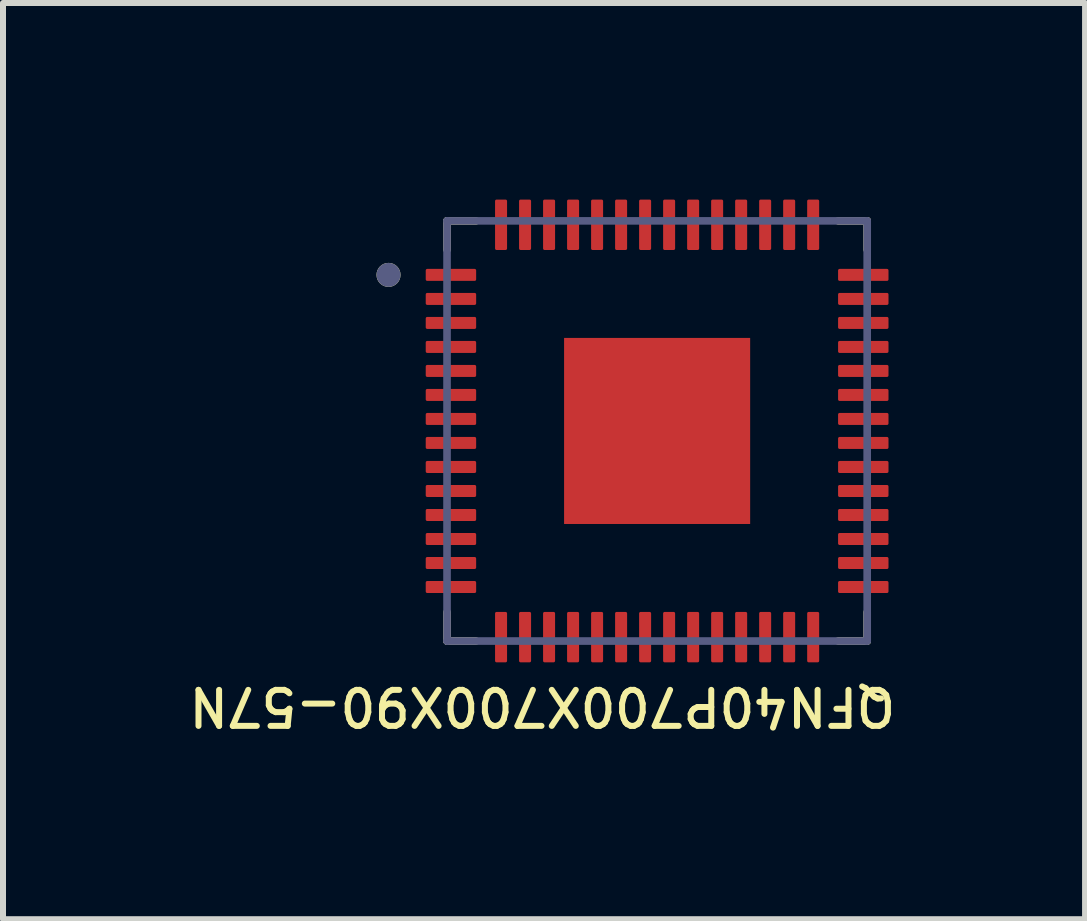
<source format=kicad_pcb>
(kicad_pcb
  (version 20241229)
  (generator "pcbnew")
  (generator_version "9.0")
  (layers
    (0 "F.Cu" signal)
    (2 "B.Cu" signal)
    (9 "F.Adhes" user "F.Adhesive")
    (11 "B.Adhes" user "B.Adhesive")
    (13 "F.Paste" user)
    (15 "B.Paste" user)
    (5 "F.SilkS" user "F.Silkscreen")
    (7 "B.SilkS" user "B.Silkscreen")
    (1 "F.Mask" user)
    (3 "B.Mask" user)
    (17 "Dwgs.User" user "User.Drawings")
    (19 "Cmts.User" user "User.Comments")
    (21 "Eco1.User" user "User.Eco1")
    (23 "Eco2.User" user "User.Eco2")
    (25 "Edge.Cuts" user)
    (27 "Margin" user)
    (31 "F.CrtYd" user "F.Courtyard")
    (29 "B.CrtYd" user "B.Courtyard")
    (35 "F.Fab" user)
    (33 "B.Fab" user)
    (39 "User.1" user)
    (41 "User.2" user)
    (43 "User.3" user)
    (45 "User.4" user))
  (footprint "QFN40P700X700X90-57N"
    (layer "F.Cu")
    (at 7.898 4.13)
    (property "Reference" "QFN40P700X700X90-57N" (at 4.025 4.235 180) (unlocked yes) (layer "F.SilkS") (effects (font (size 0.6 0.6) (thickness 0.1)) (justify left bottom)))
    (fp_line (start -3.5 -3.02) (end -3.5 -3.5) (stroke (width 0.127) (type solid)) (layer "F.SilkS"))
    (fp_line (start -3.5 3.5) (end -3.5 3.02) (stroke (width 0.127) (type solid)) (layer "F.SilkS"))
    (fp_line (start -3.02 -3.5) (end -3.5 -3.5) (stroke (width 0.127) (type solid)) (layer "F.SilkS"))
    (fp_line (start -3.02 3.5) (end -3.5 3.5) (stroke (width 0.127) (type solid)) (layer "F.SilkS"))
    (fp_line (start 3.5 -3.5) (end 3.02 -3.5) (stroke (width 0.127) (type solid)) (layer "F.SilkS"))
    (fp_line (start 3.5 -3.02) (end 3.5 -3.5) (stroke (width 0.127) (type solid)) (layer "F.SilkS"))
    (fp_line (start 3.5 3.5) (end 3.02 3.5) (stroke (width 0.127) (type solid)) (layer "F.SilkS"))
    (fp_line (start 3.5 3.5) (end 3.5 3.02) (stroke (width 0.127) (type solid)) (layer "F.SilkS"))
    (fp_circle (center -4.475 -2.6) (end -4.575 -2.6) (stroke (width 0.2) (type solid)) (fill no) (layer "F.SilkS"))
    (fp_line (start -4.105 4.105) (end -4.105 -4.105) (stroke (width 0.05) (type solid)) (layer "Eco1.User"))
    (fp_line (start 4.105 -4.105) (end -4.105 -4.105) (stroke (width 0.05) (type solid)) (layer "Eco1.User"))
    (fp_line (start 4.105 4.105) (end -4.105 4.105) (stroke (width 0.05) (type solid)) (layer "Eco1.User"))
    (fp_line (start 4.105 4.105) (end 4.105 -4.105) (stroke (width 0.05) (type solid)) (layer "Eco1.User"))
    (fp_line (start -3.5 3.5) (end -3.5 -3.5) (stroke (width 0.127) (type solid)) (layer "B.Fab"))
    (fp_line (start 3.5 -3.5) (end -3.5 -3.5) (stroke (width 0.127) (type solid)) (layer "B.Fab"))
    (fp_line (start 3.5 3.5) (end -3.5 3.5) (stroke (width 0.127) (type solid)) (layer "B.Fab"))
    (fp_line (start 3.5 3.5) (end 3.5 -3.5) (stroke (width 0.127) (type solid)) (layer "B.Fab"))
    (fp_circle (center -4.475 -2.6) (end -4.575 -2.6) (stroke (width 0.2) (type solid)) (fill no) (layer "B.Fab"))
    (pad "1" smd roundrect (at -3.435 -2.6) (size 0.84 0.2) (layers "F.Cu" "F.Mask" "F.Paste") (roundrect_rratio 0.125))
    (pad "2" smd roundrect (at -3.435 -2.2) (size 0.84 0.2) (layers "F.Cu" "F.Mask" "F.Paste") (roundrect_rratio 0.125))
    (pad "3" smd roundrect (at -3.435 -1.8) (size 0.84 0.2) (layers "F.Cu" "F.Mask" "F.Paste") (roundrect_rratio 0.125))
    (pad "4" smd roundrect (at -3.435 -1.4) (size 0.84 0.2) (layers "F.Cu" "F.Mask" "F.Paste") (roundrect_rratio 0.125))
    (pad "5" smd roundrect (at -3.435 -1) (size 0.84 0.2) (layers "F.Cu" "F.Mask" "F.Paste") (roundrect_rratio 0.125))
    (pad "6" smd roundrect (at -3.435 -0.6) (size 0.84 0.2) (layers "F.Cu" "F.Mask" "F.Paste") (roundrect_rratio 0.125))
    (pad "7" smd roundrect (at -3.435 -0.2) (size 0.84 0.2) (layers "F.Cu" "F.Mask" "F.Paste") (roundrect_rratio 0.125))
    (pad "8" smd roundrect (at -3.435 0.2) (size 0.84 0.2) (layers "F.Cu" "F.Mask" "F.Paste") (roundrect_rratio 0.125))
    (pad "9" smd roundrect (at -3.435 0.6) (size 0.84 0.2) (layers "F.Cu" "F.Mask" "F.Paste") (roundrect_rratio 0.125))
    (pad "10" smd roundrect (at -3.435 1) (size 0.84 0.2) (layers "F.Cu" "F.Mask" "F.Paste") (roundrect_rratio 0.125))
    (pad "11" smd roundrect (at -3.435 1.4) (size 0.84 0.2) (layers "F.Cu" "F.Mask" "F.Paste") (roundrect_rratio 0.125))
    (pad "12" smd roundrect (at -3.435 1.8) (size 0.84 0.2) (layers "F.Cu" "F.Mask" "F.Paste") (roundrect_rratio 0.125))
    (pad "13" smd roundrect (at -3.435 2.2) (size 0.84 0.2) (layers "F.Cu" "F.Mask" "F.Paste") (roundrect_rratio 0.125))
    (pad "14" smd roundrect (at -3.435 2.6) (size 0.84 0.2) (layers "F.Cu" "F.Mask" "F.Paste") (roundrect_rratio 0.125))
    (pad "15" smd roundrect (at -2.6 3.435) (size 0.2 0.84) (layers "F.Cu" "F.Mask" "F.Paste") (roundrect_rratio 0.125))
    (pad "16" smd roundrect (at -2.2 3.435) (size 0.2 0.84) (layers "F.Cu" "F.Mask" "F.Paste") (roundrect_rratio 0.125))
    (pad "17" smd roundrect (at -1.8 3.435) (size 0.2 0.84) (layers "F.Cu" "F.Mask" "F.Paste") (roundrect_rratio 0.125))
    (pad "18" smd roundrect (at -1.4 3.435) (size 0.2 0.84) (layers "F.Cu" "F.Mask" "F.Paste") (roundrect_rratio 0.125))
    (pad "19" smd roundrect (at -1 3.435) (size 0.2 0.84) (layers "F.Cu" "F.Mask" "F.Paste") (roundrect_rratio 0.125))
    (pad "20" smd roundrect (at -0.6 3.435) (size 0.2 0.84) (layers "F.Cu" "F.Mask" "F.Paste") (roundrect_rratio 0.125))
    (pad "21" smd roundrect (at -0.2 3.435) (size 0.2 0.84) (layers "F.Cu" "F.Mask" "F.Paste") (roundrect_rratio 0.125))
    (pad "22" smd roundrect (at 0.2 3.435) (size 0.2 0.84) (layers "F.Cu" "F.Mask" "F.Paste") (roundrect_rratio 0.125))
    (pad "23" smd roundrect (at 0.6 3.435) (size 0.2 0.84) (layers "F.Cu" "F.Mask" "F.Paste") (roundrect_rratio 0.125))
    (pad "24" smd roundrect (at 1 3.435) (size 0.2 0.84) (layers "F.Cu" "F.Mask" "F.Paste") (roundrect_rratio 0.125))
    (pad "25" smd roundrect (at 1.4 3.435) (size 0.2 0.84) (layers "F.Cu" "F.Mask" "F.Paste") (roundrect_rratio 0.125))
    (pad "26" smd roundrect (at 1.8 3.435) (size 0.2 0.84) (layers "F.Cu" "F.Mask" "F.Paste") (roundrect_rratio 0.125))
    (pad "27" smd roundrect (at 2.2 3.435) (size 0.2 0.84) (layers "F.Cu" "F.Mask" "F.Paste") (roundrect_rratio 0.125))
    (pad "28" smd roundrect (at 2.6 3.435) (size 0.2 0.84) (layers "F.Cu" "F.Mask" "F.Paste") (roundrect_rratio 0.125))
    (pad "29" smd roundrect (at 3.435 2.6) (size 0.84 0.2) (layers "F.Cu" "F.Mask" "F.Paste") (roundrect_rratio 0.125))
    (pad "30" smd roundrect (at 3.435 2.2) (size 0.84 0.2) (layers "F.Cu" "F.Mask" "F.Paste") (roundrect_rratio 0.125))
    (pad "31" smd roundrect (at 3.435 1.8) (size 0.84 0.2) (layers "F.Cu" "F.Mask" "F.Paste") (roundrect_rratio 0.125))
    (pad "32" smd roundrect (at 3.435 1.4) (size 0.84 0.2) (layers "F.Cu" "F.Mask" "F.Paste") (roundrect_rratio 0.125))
    (pad "33" smd roundrect (at 3.435 1) (size 0.84 0.2) (layers "F.Cu" "F.Mask" "F.Paste") (roundrect_rratio 0.125))
    (pad "34" smd roundrect (at 3.435 0.6) (size 0.84 0.2) (layers "F.Cu" "F.Mask" "F.Paste") (roundrect_rratio 0.125))
    (pad "35" smd roundrect (at 3.435 0.2) (size 0.84 0.2) (layers "F.Cu" "F.Mask" "F.Paste") (roundrect_rratio 0.125))
    (pad "36" smd roundrect (at 3.435 -0.2) (size 0.84 0.2) (layers "F.Cu" "F.Mask" "F.Paste") (roundrect_rratio 0.125))
    (pad "37" smd roundrect (at 3.435 -0.6) (size 0.84 0.2) (layers "F.Cu" "F.Mask" "F.Paste") (roundrect_rratio 0.125))
    (pad "38" smd roundrect (at 3.435 -1) (size 0.84 0.2) (layers "F.Cu" "F.Mask" "F.Paste") (roundrect_rratio 0.125))
    (pad "39" smd roundrect (at 3.435 -1.4) (size 0.84 0.2) (layers "F.Cu" "F.Mask" "F.Paste") (roundrect_rratio 0.125))
    (pad "40" smd roundrect (at 3.435 -1.8) (size 0.84 0.2) (layers "F.Cu" "F.Mask" "F.Paste") (roundrect_rratio 0.125))
    (pad "41" smd roundrect (at 3.435 -2.2) (size 0.84 0.2) (layers "F.Cu" "F.Mask" "F.Paste") (roundrect_rratio 0.125))
    (pad "42" smd roundrect (at 3.435 -2.6) (size 0.84 0.2) (layers "F.Cu" "F.Mask" "F.Paste") (roundrect_rratio 0.125))
    (pad "43" smd roundrect (at 2.6 -3.435) (size 0.2 0.84) (layers "F.Cu" "F.Mask" "F.Paste") (roundrect_rratio 0.125))
    (pad "44" smd roundrect (at 2.2 -3.435) (size 0.2 0.84) (layers "F.Cu" "F.Mask" "F.Paste") (roundrect_rratio 0.125))
    (pad "45" smd roundrect (at 1.8 -3.435) (size 0.2 0.84) (layers "F.Cu" "F.Mask" "F.Paste") (roundrect_rratio 0.125))
    (pad "46" smd roundrect (at 1.4 -3.435) (size 0.2 0.84) (layers "F.Cu" "F.Mask" "F.Paste") (roundrect_rratio 0.125))
    (pad "47" smd roundrect (at 1 -3.435) (size 0.2 0.84) (layers "F.Cu" "F.Mask" "F.Paste") (roundrect_rratio 0.125))
    (pad "48" smd roundrect (at 0.6 -3.435) (size 0.2 0.84) (layers "F.Cu" "F.Mask" "F.Paste") (roundrect_rratio 0.125))
    (pad "49" smd roundrect (at 0.2 -3.435) (size 0.2 0.84) (layers "F.Cu" "F.Mask" "F.Paste") (roundrect_rratio 0.125))
    (pad "50" smd roundrect (at -0.2 -3.435) (size 0.2 0.84) (layers "F.Cu" "F.Mask" "F.Paste") (roundrect_rratio 0.125))
    (pad "51" smd roundrect (at -0.6 -3.435) (size 0.2 0.84) (layers "F.Cu" "F.Mask" "F.Paste") (roundrect_rratio 0.125))
    (pad "52" smd roundrect (at -1 -3.435) (size 0.2 0.84) (layers "F.Cu" "F.Mask" "F.Paste") (roundrect_rratio 0.125))
    (pad "53" smd roundrect (at -1.4 -3.435) (size 0.2 0.84) (layers "F.Cu" "F.Mask" "F.Paste") (roundrect_rratio 0.125))
    (pad "54" smd roundrect (at -1.8 -3.435) (size 0.2 0.84) (layers "F.Cu" "F.Mask" "F.Paste") (roundrect_rratio 0.125))
    (pad "55" smd roundrect (at -2.2 -3.435) (size 0.2 0.84) (layers "F.Cu" "F.Mask" "F.Paste") (roundrect_rratio 0.125))
    (pad "56" smd roundrect (at -2.6 -3.435) (size 0.2 0.84) (layers "F.Cu" "F.Mask" "F.Paste") (roundrect_rratio 0.125))
    (pad "57" smd rect (at 0 0) (size 3.1 3.1) (layers "F.Cu" "F.Mask" "F.Paste")))
  (gr_rect
    (start -3 -3)
    (end 15.028 12.265)
    (stroke (width 0.1) (type default))
    (fill no)
    (layer "Edge.Cuts")))
</source>
